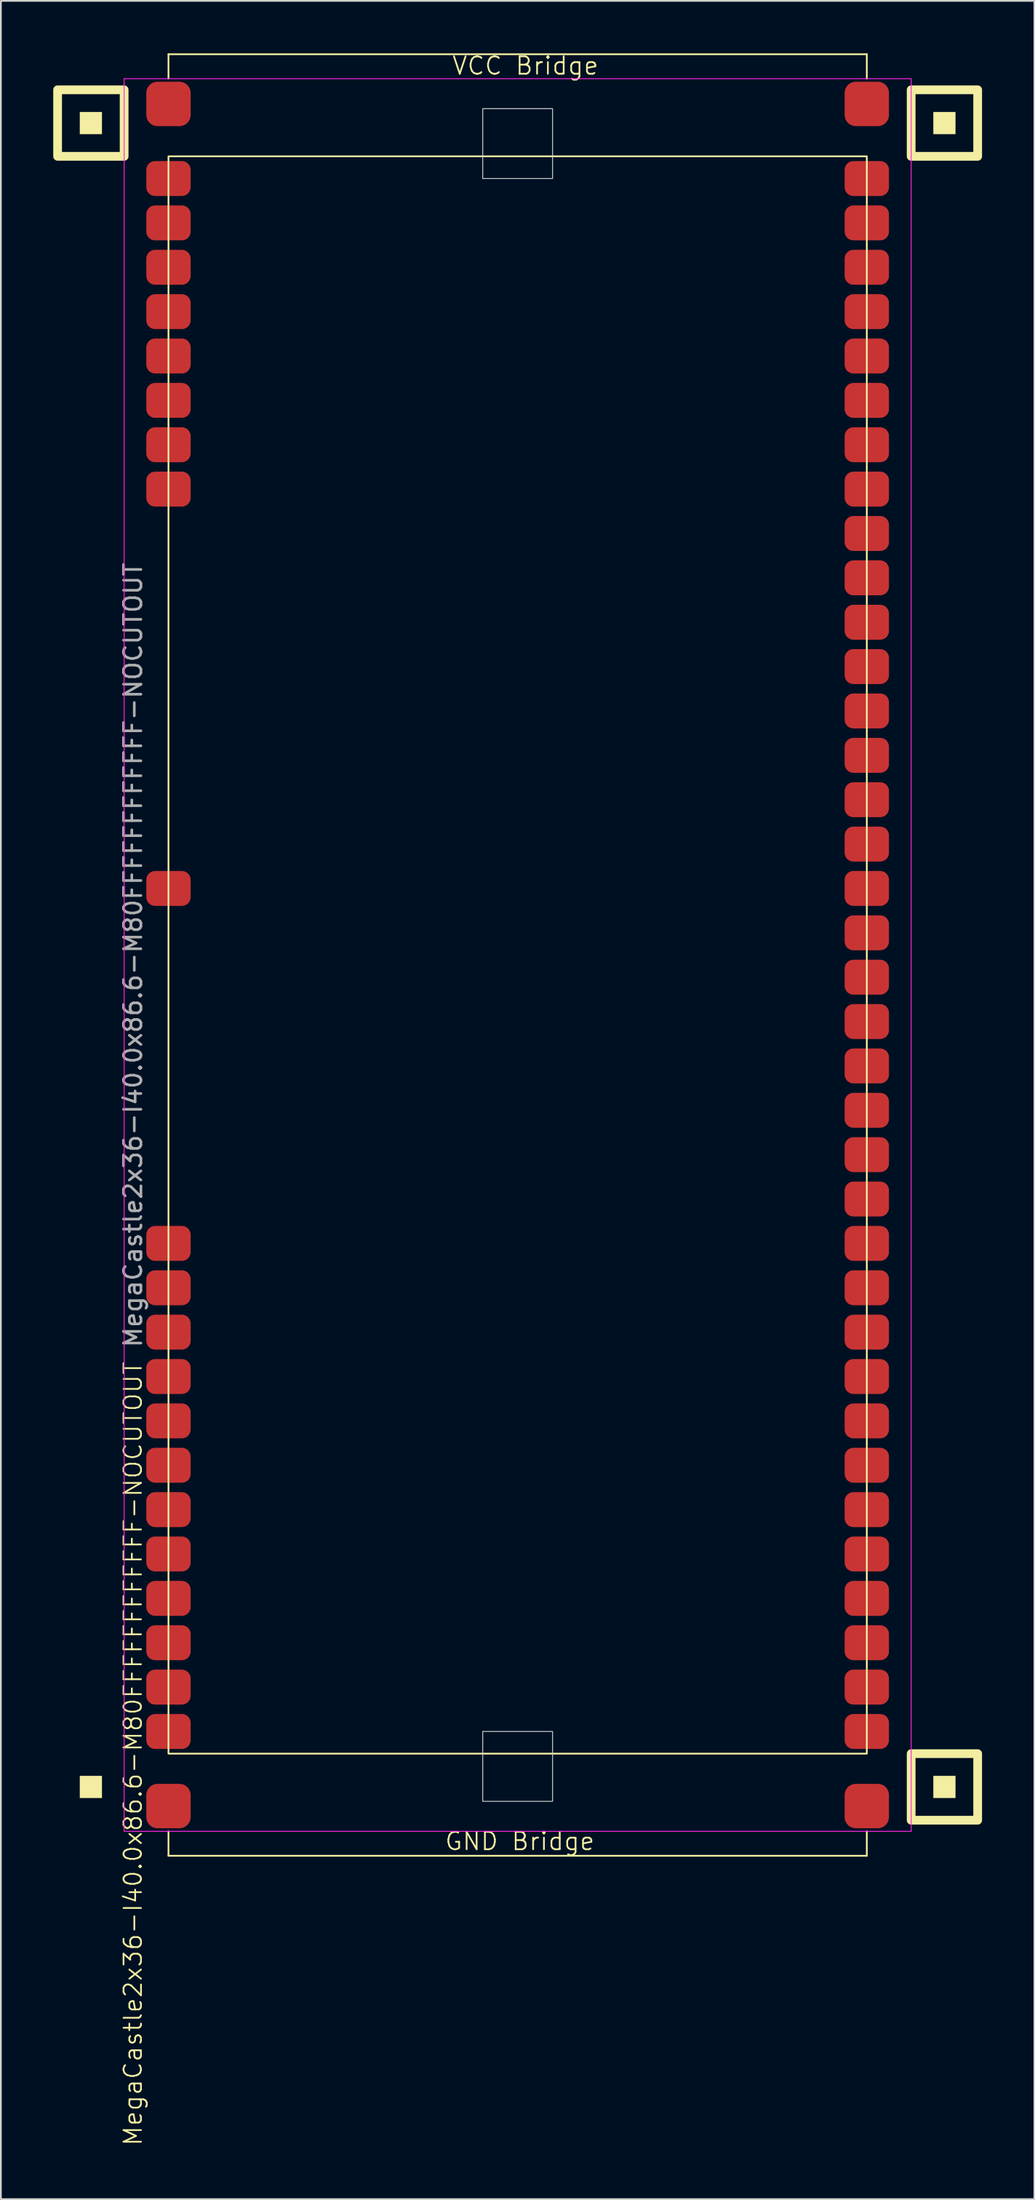
<source format=kicad_pcb>
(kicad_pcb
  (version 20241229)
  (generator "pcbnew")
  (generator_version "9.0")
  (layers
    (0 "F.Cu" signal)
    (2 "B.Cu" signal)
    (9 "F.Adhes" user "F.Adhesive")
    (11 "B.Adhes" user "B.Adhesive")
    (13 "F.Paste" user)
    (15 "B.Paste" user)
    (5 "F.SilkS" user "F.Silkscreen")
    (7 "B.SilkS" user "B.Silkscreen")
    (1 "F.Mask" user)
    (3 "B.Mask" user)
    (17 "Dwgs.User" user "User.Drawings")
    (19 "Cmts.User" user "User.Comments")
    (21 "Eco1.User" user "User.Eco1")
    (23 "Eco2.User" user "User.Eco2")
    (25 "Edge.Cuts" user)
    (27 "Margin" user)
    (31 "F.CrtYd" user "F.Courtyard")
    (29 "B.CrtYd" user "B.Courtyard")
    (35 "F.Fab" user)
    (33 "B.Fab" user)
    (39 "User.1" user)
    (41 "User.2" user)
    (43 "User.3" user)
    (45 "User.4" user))
  (footprint "MegaCastle2x36-I40.0x86.6-M80FFFFFFFFFFFF-NOCUTOUT"
    (layer "F.Cu")
    (at 26.6 51.62)
    (property "Reference" "MegaCastle2x36-I40.0x86.6-M80FFFFFFFFFFFF-NOCUTOUT" (at -22.032 45.72 90) (unlocked yes) (layer "F.SilkS") (effects (font (size 1 1) (thickness 0.1))))
    (attr smd)
    (fp_line (start -20 -51.565) (end 20 -51.565) (stroke (width 0.1) (type default)) (layer "F.SilkS"))
    (fp_line (start -20 -50.165) (end -20 -51.565) (stroke (width 0.1) (type default)) (layer "F.SilkS"))
    (fp_line (start -20 50.165) (end -20 51.565) (stroke (width 0.1) (type default)) (layer "F.SilkS"))
    (fp_line (start -20 51.565) (end 20 51.565) (stroke (width 0.1) (type default)) (layer "F.SilkS"))
    (fp_line (start 20 -50.165) (end 20 -51.565) (stroke (width 0.1) (type default)) (layer "F.SilkS"))
    (fp_line (start 20 50.165) (end 20 51.565) (stroke (width 0.1) (type default)) (layer "F.SilkS"))
    (fp_rect (start -23.81 -46.99) (end -25.08 -48.26) (stroke (width 0) (type solid)) (fill yes) (layer "F.SilkS"))
    (fp_rect (start -23.81 48.26) (end -25.08 46.99) (stroke (width 0) (type solid)) (fill yes) (layer "F.SilkS"))
    (fp_rect (start -22.54 -45.72) (end -26.35 -49.53) (stroke (width 0.5) (type default)) (fill no) (layer "F.SilkS"))
    (fp_rect (start -20 -45.72) (end 20 45.72) (stroke (width 0.1) (type default)) (fill no) (layer "F.SilkS"))
    (fp_rect (start 25.08 -46.99) (end 23.81 -48.26) (stroke (width 0) (type solid)) (fill yes) (layer "F.SilkS"))
    (fp_rect (start 25.08 48.26) (end 23.81 46.99) (stroke (width 0) (type solid)) (fill yes) (layer "F.SilkS"))
    (fp_rect (start 26.35 -45.72) (end 22.54 -49.53) (stroke (width 0.5) (type default)) (fill no) (layer "F.SilkS"))
    (fp_rect (start 26.35 49.53) (end 22.54 45.72) (stroke (width 0.5) (type default)) (fill no) (layer "F.SilkS"))
    (fp_rect (start -2 -44.45) (end 2 -48.45) (stroke (width 0.05) (type default)) (fill no) (layer "Edge.Cuts"))
    (fp_rect (start -2 44.45) (end 2 48.45) (stroke (width 0.05) (type default)) (fill no) (layer "Edge.Cuts"))
    (fp_line (start -22.54 -50.165) (end -22.54 50.165) (stroke (width 0.05) (type default)) (layer "F.CrtYd"))
    (fp_line (start -22.54 50.165) (end 22.54 50.165) (stroke (width 0.05) (type default)) (layer "F.CrtYd"))
    (fp_line (start 22.54 -50.165) (end -22.54 -50.165) (stroke (width 0.05) (type default)) (layer "F.CrtYd"))
    (fp_line (start 22.54 -50.165) (end 22.54 50.165) (stroke (width 0.05) (type default)) (layer "F.CrtYd"))
    (fp_text user "VCC Bridge" (at -3.81 -50.32 0) (unlocked yes) (layer "F.SilkS") (effects (font (size 1 1) (thickness 0.1)) (justify left bottom)))
    (fp_text user "GND Bridge" (at -4.226 51.32 0) (unlocked yes) (layer "F.SilkS") (effects (font (size 1 1) (thickness 0.1)) (justify left bottom)))
    (fp_text user "${REFERENCE}" (at -22.032 0 90) (unlocked yes) (layer "F.Fab") (effects (font (size 1 1) (thickness 0.15))))
    (pad "1" smd roundrect (at -20 -44.45) (size 2.54 2) (layers "F.Cu" "F.Mask" "F.Paste") (roundrect_rratio 0.25))
    (pad "2" smd roundrect (at -20 -41.91) (size 2.54 2) (layers "F.Cu" "F.Mask" "F.Paste") (roundrect_rratio 0.25))
    (pad "3" smd roundrect (at -20 -39.37) (size 2.54 2) (layers "F.Cu" "F.Mask" "F.Paste") (roundrect_rratio 0.25))
    (pad "4" smd roundrect (at -20 -36.83) (size 2.54 2) (layers "F.Cu" "F.Mask" "F.Paste") (roundrect_rratio 0.25))
    (pad "5" smd roundrect (at -20 -34.29) (size 2.54 2) (layers "F.Cu" "F.Mask" "F.Paste") (roundrect_rratio 0.25))
    (pad "6" smd roundrect (at -20 -31.75) (size 2.54 2) (layers "F.Cu" "F.Mask" "F.Paste") (roundrect_rratio 0.25))
    (pad "7" smd roundrect (at -20 -29.21) (size 2.54 2) (layers "F.Cu" "F.Mask" "F.Paste") (roundrect_rratio 0.25))
    (pad "8" smd roundrect (at -20 -26.67) (size 2.54 2) (layers "F.Cu" "F.Mask" "F.Paste") (roundrect_rratio 0.25))
    (pad "17" smd roundrect (at -20 -3.81) (size 2.54 2) (layers "F.Cu" "F.Mask" "F.Paste") (roundrect_rratio 0.25))
    (pad "25" smd roundrect (at -20 16.51) (size 2.54 2) (layers "F.Cu" "F.Mask" "F.Paste") (roundrect_rratio 0.25))
    (pad "26" smd roundrect (at -20 19.05) (size 2.54 2) (layers "F.Cu" "F.Mask" "F.Paste") (roundrect_rratio 0.25))
    (pad "27" smd roundrect (at -20 21.59) (size 2.54 2) (layers "F.Cu" "F.Mask" "F.Paste") (roundrect_rratio 0.25))
    (pad "28" smd roundrect (at -20 24.13) (size 2.54 2) (layers "F.Cu" "F.Mask" "F.Paste") (roundrect_rratio 0.25))
    (pad "29" smd roundrect (at -20 26.67) (size 2.54 2) (layers "F.Cu" "F.Mask" "F.Paste") (roundrect_rratio 0.25))
    (pad "30" smd roundrect (at -20 29.21) (size 2.54 2) (layers "F.Cu" "F.Mask" "F.Paste") (roundrect_rratio 0.25))
    (pad "31" smd roundrect (at -20 31.75) (size 2.54 2) (layers "F.Cu" "F.Mask" "F.Paste") (roundrect_rratio 0.25))
    (pad "32" smd roundrect (at -20 34.29) (size 2.54 2) (layers "F.Cu" "F.Mask" "F.Paste") (roundrect_rratio 0.25))
    (pad "33" smd roundrect (at -20 36.83) (size 2.54 2) (layers "F.Cu" "F.Mask" "F.Paste") (roundrect_rratio 0.25))
    (pad "34" smd roundrect (at -20 39.37) (size 2.54 2) (layers "F.Cu" "F.Mask" "F.Paste") (roundrect_rratio 0.25))
    (pad "35" smd roundrect (at -20 41.91) (size 2.54 2) (layers "F.Cu" "F.Mask" "F.Paste") (roundrect_rratio 0.25))
    (pad "36" smd roundrect (at -20 44.45) (size 2.54 2) (layers "F.Cu" "F.Mask" "F.Paste") (roundrect_rratio 0.25))
    (pad "37" smd roundrect (at 20 -44.45) (size 2.54 2) (layers "F.Cu" "F.Mask" "F.Paste") (roundrect_rratio 0.25))
    (pad "38" smd roundrect (at 20 -41.91) (size 2.54 2) (layers "F.Cu" "F.Mask" "F.Paste") (roundrect_rratio 0.25))
    (pad "39" smd roundrect (at 20 -39.37) (size 2.54 2) (layers "F.Cu" "F.Mask" "F.Paste") (roundrect_rratio 0.25))
    (pad "40" smd roundrect (at 20 -36.83) (size 2.54 2) (layers "F.Cu" "F.Mask" "F.Paste") (roundrect_rratio 0.25))
    (pad "41" smd roundrect (at 20 -34.29) (size 2.54 2) (layers "F.Cu" "F.Mask" "F.Paste") (roundrect_rratio 0.25))
    (pad "42" smd roundrect (at 20 -31.75) (size 2.54 2) (layers "F.Cu" "F.Mask" "F.Paste") (roundrect_rratio 0.25))
    (pad "43" smd roundrect (at 20 -29.21) (size 2.54 2) (layers "F.Cu" "F.Mask" "F.Paste") (roundrect_rratio 0.25))
    (pad "44" smd roundrect (at 20 -26.67) (size 2.54 2) (layers "F.Cu" "F.Mask" "F.Paste") (roundrect_rratio 0.25))
    (pad "45" smd roundrect (at 20 -24.13) (size 2.54 2) (layers "F.Cu" "F.Mask" "F.Paste") (roundrect_rratio 0.25))
    (pad "46" smd roundrect (at 20 -21.59) (size 2.54 2) (layers "F.Cu" "F.Mask" "F.Paste") (roundrect_rratio 0.25))
    (pad "47" smd roundrect (at 20 -19.05) (size 2.54 2) (layers "F.Cu" "F.Mask" "F.Paste") (roundrect_rratio 0.25))
    (pad "48" smd roundrect (at 20 -16.51) (size 2.54 2) (layers "F.Cu" "F.Mask" "F.Paste") (roundrect_rratio 0.25))
    (pad "49" smd roundrect (at 20 -13.97) (size 2.54 2) (layers "F.Cu" "F.Mask" "F.Paste") (roundrect_rratio 0.25))
    (pad "50" smd roundrect (at 20 -11.43) (size 2.54 2) (layers "F.Cu" "F.Mask" "F.Paste") (roundrect_rratio 0.25))
    (pad "51" smd roundrect (at 20 -8.89) (size 2.54 2) (layers "F.Cu" "F.Mask" "F.Paste") (roundrect_rratio 0.25))
    (pad "52" smd roundrect (at 20 -6.35) (size 2.54 2) (layers "F.Cu" "F.Mask" "F.Paste") (roundrect_rratio 0.25))
    (pad "53" smd roundrect (at 20 -3.81) (size 2.54 2) (layers "F.Cu" "F.Mask" "F.Paste") (roundrect_rratio 0.25))
    (pad "54" smd roundrect (at 20 -1.27) (size 2.54 2) (layers "F.Cu" "F.Mask" "F.Paste") (roundrect_rratio 0.25))
    (pad "55" smd roundrect (at 20 1.27) (size 2.54 2) (layers "F.Cu" "F.Mask" "F.Paste") (roundrect_rratio 0.25))
    (pad "56" smd roundrect (at 20 3.81) (size 2.54 2) (layers "F.Cu" "F.Mask" "F.Paste") (roundrect_rratio 0.25))
    (pad "57" smd roundrect (at 20 6.35) (size 2.54 2) (layers "F.Cu" "F.Mask" "F.Paste") (roundrect_rratio 0.25))
    (pad "58" smd roundrect (at 20 8.89) (size 2.54 2) (layers "F.Cu" "F.Mask" "F.Paste") (roundrect_rratio 0.25))
    (pad "59" smd roundrect (at 20 11.43) (size 2.54 2) (layers "F.Cu" "F.Mask" "F.Paste") (roundrect_rratio 0.25))
    (pad "60" smd roundrect (at 20 13.97) (size 2.54 2) (layers "F.Cu" "F.Mask" "F.Paste") (roundrect_rratio 0.25))
    (pad "61" smd roundrect (at 20 16.51) (size 2.54 2) (layers "F.Cu" "F.Mask" "F.Paste") (roundrect_rratio 0.25))
    (pad "62" smd roundrect (at 20 19.05) (size 2.54 2) (layers "F.Cu" "F.Mask" "F.Paste") (roundrect_rratio 0.25))
    (pad "63" smd roundrect (at 20 21.59) (size 2.54 2) (layers "F.Cu" "F.Mask" "F.Paste") (roundrect_rratio 0.25))
    (pad "64" smd roundrect (at 20 24.13) (size 2.54 2) (layers "F.Cu" "F.Mask" "F.Paste") (roundrect_rratio 0.25))
    (pad "65" smd roundrect (at 20 26.67) (size 2.54 2) (layers "F.Cu" "F.Mask" "F.Paste") (roundrect_rratio 0.25))
    (pad "66" smd roundrect (at 20 29.21) (size 2.54 2) (layers "F.Cu" "F.Mask" "F.Paste") (roundrect_rratio 0.25))
    (pad "67" smd roundrect (at 20 31.75) (size 2.54 2) (layers "F.Cu" "F.Mask" "F.Paste") (roundrect_rratio 0.25))
    (pad "68" smd roundrect (at 20 34.29) (size 2.54 2) (layers "F.Cu" "F.Mask" "F.Paste") (roundrect_rratio 0.25))
    (pad "69" smd roundrect (at 20 36.83) (size 2.54 2) (layers "F.Cu" "F.Mask" "F.Paste") (roundrect_rratio 0.25))
    (pad "70" smd roundrect (at 20 39.37) (size 2.54 2) (layers "F.Cu" "F.Mask" "F.Paste") (roundrect_rratio 0.25))
    (pad "71" smd roundrect (at 20 41.91) (size 2.54 2) (layers "F.Cu" "F.Mask" "F.Paste") (roundrect_rratio 0.25))
    (pad "72" smd roundrect (at 20 44.45) (size 2.54 2) (layers "F.Cu" "F.Mask" "F.Paste") (roundrect_rratio 0.25))
    (pad "A1" smd roundrect (at -20 -48.72) (size 2.54 2.54) (layers "F.Cu" "F.Mask" "F.Paste") (roundrect_rratio 0.25))
    (pad "A2" smd roundrect (at 20 -48.72) (size 2.54 2.54) (layers "F.Cu" "F.Mask" "F.Paste") (roundrect_rratio 0.25))
    (pad "B1" smd roundrect (at -20 48.72) (size 2.54 2.54) (layers "F.Cu" "F.Mask" "F.Paste") (roundrect_rratio 0.25))
    (pad "B2" smd roundrect (at 20 48.72) (size 2.54 2.54) (layers "F.Cu" "F.Mask" "F.Paste") (roundrect_rratio 0.25)))
  (gr_rect
    (start -3 -3)
    (end 56.2 122.842)
    (stroke (width 0.1) (type default))
    (fill no)
    (layer "Edge.Cuts")))
</source>
